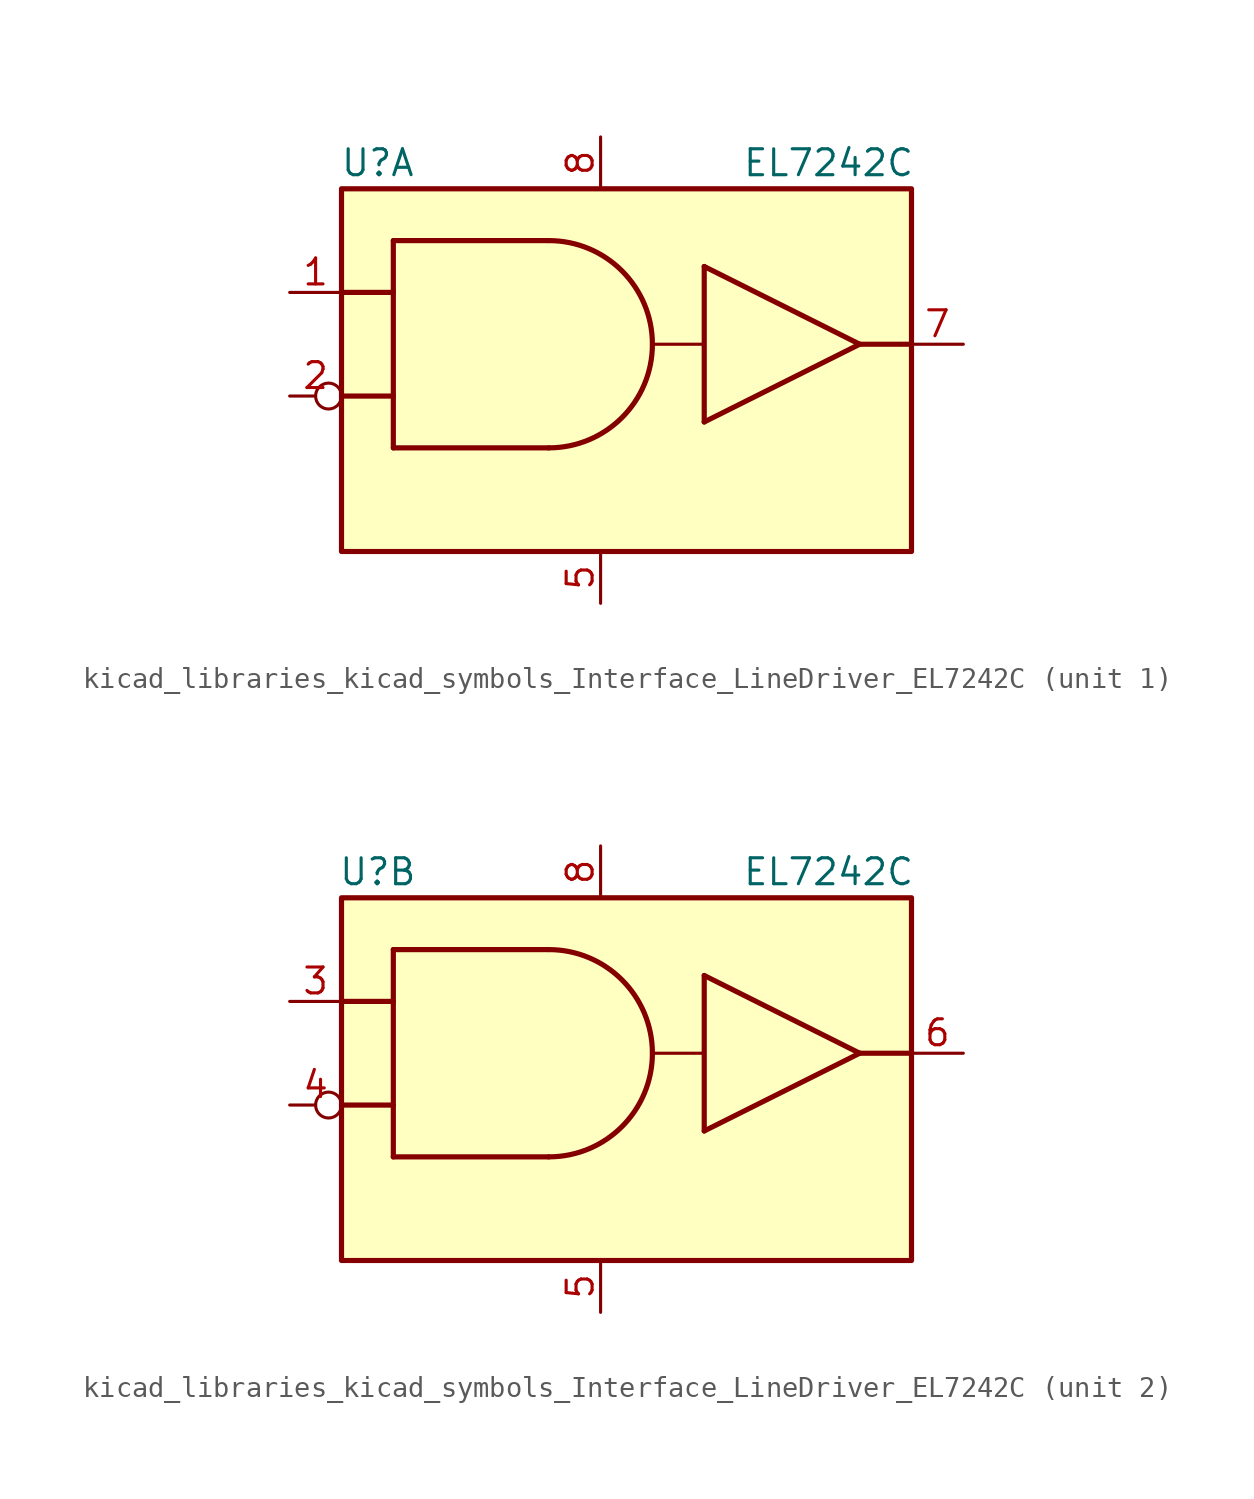
<source format=kicad_sym>
(kicad_symbol_lib
  (version 20220914)
  (generator kicad_symbol_editor)
  (symbol "kicad_libraries_kicad_symbols_Interface_LineDriver_EL7242C"
    (pin_names
      (offset 0.762) hide)
    (property "Reference" "U"
      (at -10.922 8.89 0)
      (effects (font (size 1.27 1.27))))
    (property "Value" "EL7242C"
      (at 11.176 8.89 0)
      (effects (font (size 1.27 1.27))))
    (symbol "kicad_libraries_kicad_symbols_Interface_LineDriver_EL7242C_0_0"
      (pin power_in line (at 0 -12.7 90) (length 2.54) (name "GND" (effects (font (size 1.27 1.27)))) (number "5" (effects (font (size 1.27 1.27)))))
      (pin power_in line (at 0 10.16 270) (length 2.54) (name "V+" (effects (font (size 1.27 1.27)))) (number "8" (effects (font (size 1.27 1.27))))))
    (symbol "kicad_libraries_kicad_symbols_Interface_LineDriver_EL7242C_0_1"
      (rectangle (start -12.7 7.62) (end 15.24 -10.16) (stroke (width 0.254) (type default)) (fill (type background)))
      (arc (start -2.54 -5.08) (mid 1.0521 -3.5921) (end 2.54 0) (stroke (width 0.254) (type default)) (fill (type none)))
      (polyline (pts (xy -12.7 -2.54) (xy -10.16 -2.54)) (stroke (width 0.254) (type default)) (fill (type none)))
      (polyline (pts (xy -12.7 2.54) (xy -10.16 2.54)) (stroke (width 0.254) (type default)) (fill (type none)))
      (polyline (pts (xy -10.16 -5.08) (xy -2.54 -5.08)) (stroke (width 0.254) (type default)) (fill (type none)))
      (polyline (pts (xy -10.16 5.08) (xy -10.16 -5.08)) (stroke (width 0.254) (type default)) (fill (type none)))
      (polyline (pts (xy -2.54 5.08) (xy -10.16 5.08)) (stroke (width 0.254) (type default)) (fill (type none)))
      (polyline (pts (xy 5.08 -3.81) (xy 12.7 0)) (stroke (width 0.254) (type default)) (fill (type none)))
      (polyline (pts (xy 5.08 0) (xy 2.54 0)) (stroke (width 0) (type default)) (fill (type none)))
      (polyline (pts (xy 5.08 3.81) (xy 5.08 -3.81)) (stroke (width 0.254) (type default)) (fill (type none)))
      (polyline (pts (xy 12.7 0) (xy 5.08 3.81)) (stroke (width 0.254) (type default)) (fill (type none)))
      (polyline (pts (xy 12.7 0) (xy 15.24 0)) (stroke (width 0.254) (type default)) (fill (type none)))
      (arc (start 2.54 0) (mid 1.0521 3.5921) (end -2.54 5.08) (stroke (width 0.254) (type default)) (fill (type none))))
    (symbol "kicad_libraries_kicad_symbols_Interface_LineDriver_EL7242C_1_1"
      (pin input line (at -15.24 2.54 0) (length 2.54) (name "IN1" (effects (font (size 1.27 1.27)))) (number "1" (effects (font (size 1.27 1.27)))))
      (pin input inverted (at -15.24 -2.54 0) (length 2.54) (name "IN" (effects (font (size 1.27 1.27)))) (number "2" (effects (font (size 1.27 1.27)))))
      (pin output line (at 17.78 0 180) (length 2.54) (name "OUT" (effects (font (size 1.27 1.27)))) (number "7" (effects (font (size 1.27 1.27))))))
    (symbol "kicad_libraries_kicad_symbols_Interface_LineDriver_EL7242C_2_1"
      (pin input line (at -15.24 2.54 0) (length 2.54) (name "IN1" (effects (font (size 1.27 1.27)))) (number "3" (effects (font (size 1.27 1.27)))))
      (pin input inverted (at -15.24 -2.54 0) (length 2.54) (name "IN" (effects (font (size 1.27 1.27)))) (number "4" (effects (font (size 1.27 1.27)))))
      (pin output line (at 17.78 0 180) (length 2.54) (name "OUT" (effects (font (size 1.27 1.27)))) (number "6" (effects (font (size 1.27 1.27))))))))
</source>
